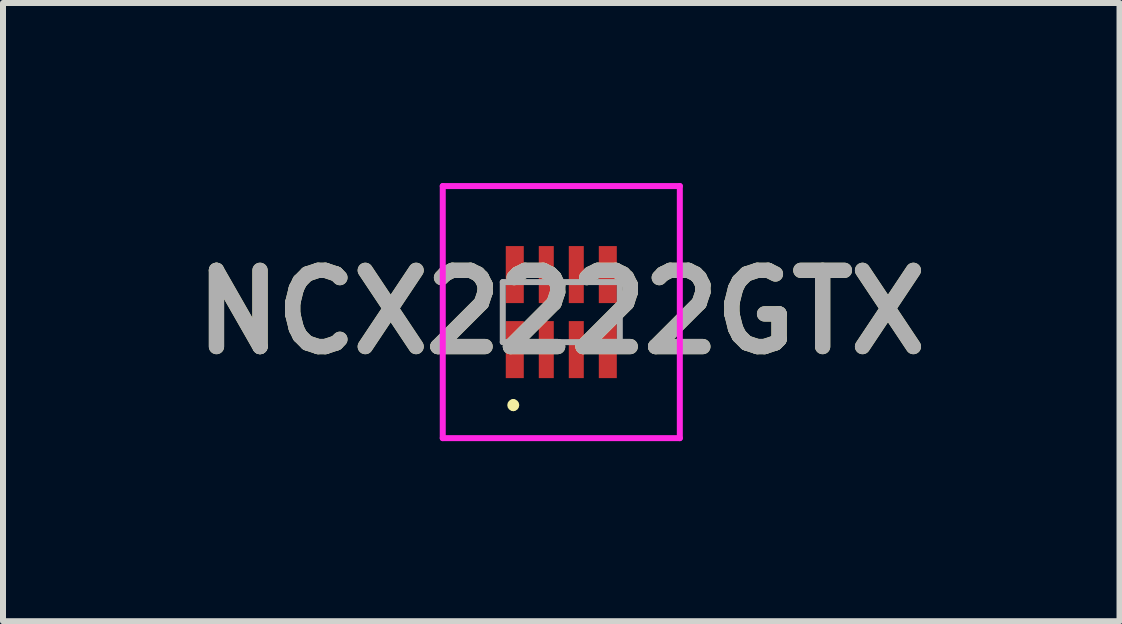
<source format=kicad_pcb>
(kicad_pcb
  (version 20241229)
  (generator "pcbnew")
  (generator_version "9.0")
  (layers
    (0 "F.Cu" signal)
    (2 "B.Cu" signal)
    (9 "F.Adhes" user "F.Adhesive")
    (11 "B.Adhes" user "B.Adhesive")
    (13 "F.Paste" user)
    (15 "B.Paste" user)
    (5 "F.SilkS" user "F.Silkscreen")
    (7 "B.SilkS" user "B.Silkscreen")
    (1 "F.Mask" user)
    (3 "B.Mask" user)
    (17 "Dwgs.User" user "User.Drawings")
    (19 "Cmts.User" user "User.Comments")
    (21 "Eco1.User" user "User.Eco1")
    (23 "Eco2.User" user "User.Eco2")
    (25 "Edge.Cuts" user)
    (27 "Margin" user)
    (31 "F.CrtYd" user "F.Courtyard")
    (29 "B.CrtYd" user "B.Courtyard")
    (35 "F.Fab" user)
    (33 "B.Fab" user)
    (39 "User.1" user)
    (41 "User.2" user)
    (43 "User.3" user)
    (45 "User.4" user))
  (footprint "NCX2222GTX"
    (layer "F.Cu")
    (at 6.302 2.15)
    (property "Reference" "NCX2222GTX" (at 0 0 0) (layer "F.SilkS") (effects (font (size 1.27 1.27) (thickness 0.254))))
    (attr smd)
    (fp_line (start -0.8 1.5) (end -0.8 1.5) (stroke (width 0.1) (type solid)) (layer "F.SilkS"))
    (fp_line (start -0.8 1.6) (end -0.8 1.6) (stroke (width 0.1) (type solid)) (layer "F.SilkS"))
    (fp_arc (start -0.8 1.5) (mid -0.75 1.55) (end -0.8 1.6) (stroke (width 0.1) (type solid)) (layer "F.SilkS"))
    (fp_arc (start -0.8 1.6) (mid -0.85 1.55) (end -0.8 1.5) (stroke (width 0.1) (type solid)) (layer "F.SilkS"))
    (fp_line (start -1.975 -2.1) (end 1.975 -2.1) (stroke (width 0.1) (type solid)) (layer "F.CrtYd"))
    (fp_line (start -1.975 2.1) (end -1.975 -2.1) (stroke (width 0.1) (type solid)) (layer "F.CrtYd"))
    (fp_line (start 1.975 -2.1) (end 1.975 2.1) (stroke (width 0.1) (type solid)) (layer "F.CrtYd"))
    (fp_line (start 1.975 2.1) (end -1.975 2.1) (stroke (width 0.1) (type solid)) (layer "F.CrtYd"))
    (fp_line (start -0.975 -0.5) (end 0.975 -0.5) (stroke (width 0.1) (type solid)) (layer "F.Fab"))
    (fp_line (start -0.975 0.5) (end -0.975 -0.5) (stroke (width 0.1) (type solid)) (layer "F.Fab"))
    (fp_line (start 0.975 -0.5) (end 0.975 0.5) (stroke (width 0.1) (type solid)) (layer "F.Fab"))
    (fp_line (start 0.975 0.5) (end -0.975 0.5) (stroke (width 0.1) (type solid)) (layer "F.Fab"))
    (fp_text user "${REFERENCE}" (at 0 0 0) (layer "F.Fab") (effects (font (size 1.27 1.27) (thickness 0.254))))
    (pad "1" smd rect (at -0.775 0.625) (size 0.3 0.95) (layers "F.Cu" "F.Mask" "F.Paste"))
    (pad "2" smd rect (at -0.25 0.625) (size 0.25 0.95) (layers "F.Cu" "F.Mask" "F.Paste"))
    (pad "3" smd rect (at 0.25 0.625) (size 0.25 0.95) (layers "F.Cu" "F.Mask" "F.Paste"))
    (pad "4" smd rect (at 0.775 0.625) (size 0.3 0.95) (layers "F.Cu" "F.Mask" "F.Paste"))
    (pad "5" smd rect (at 0.775 -0.625) (size 0.3 0.95) (layers "F.Cu" "F.Mask" "F.Paste"))
    (pad "6" smd rect (at 0.25 -0.625) (size 0.25 0.95) (layers "F.Cu" "F.Mask" "F.Paste"))
    (pad "7" smd rect (at -0.25 -0.625) (size 0.25 0.95) (layers "F.Cu" "F.Mask" "F.Paste"))
    (pad "8" smd rect (at -0.775 -0.625) (size 0.3 0.95) (layers "F.Cu" "F.Mask" "F.Paste")))
  (gr_rect
    (start -3 -3)
    (end 15.603 7.3)
    (stroke (width 0.1) (type default))
    (fill no)
    (layer "Edge.Cuts")))
</source>
